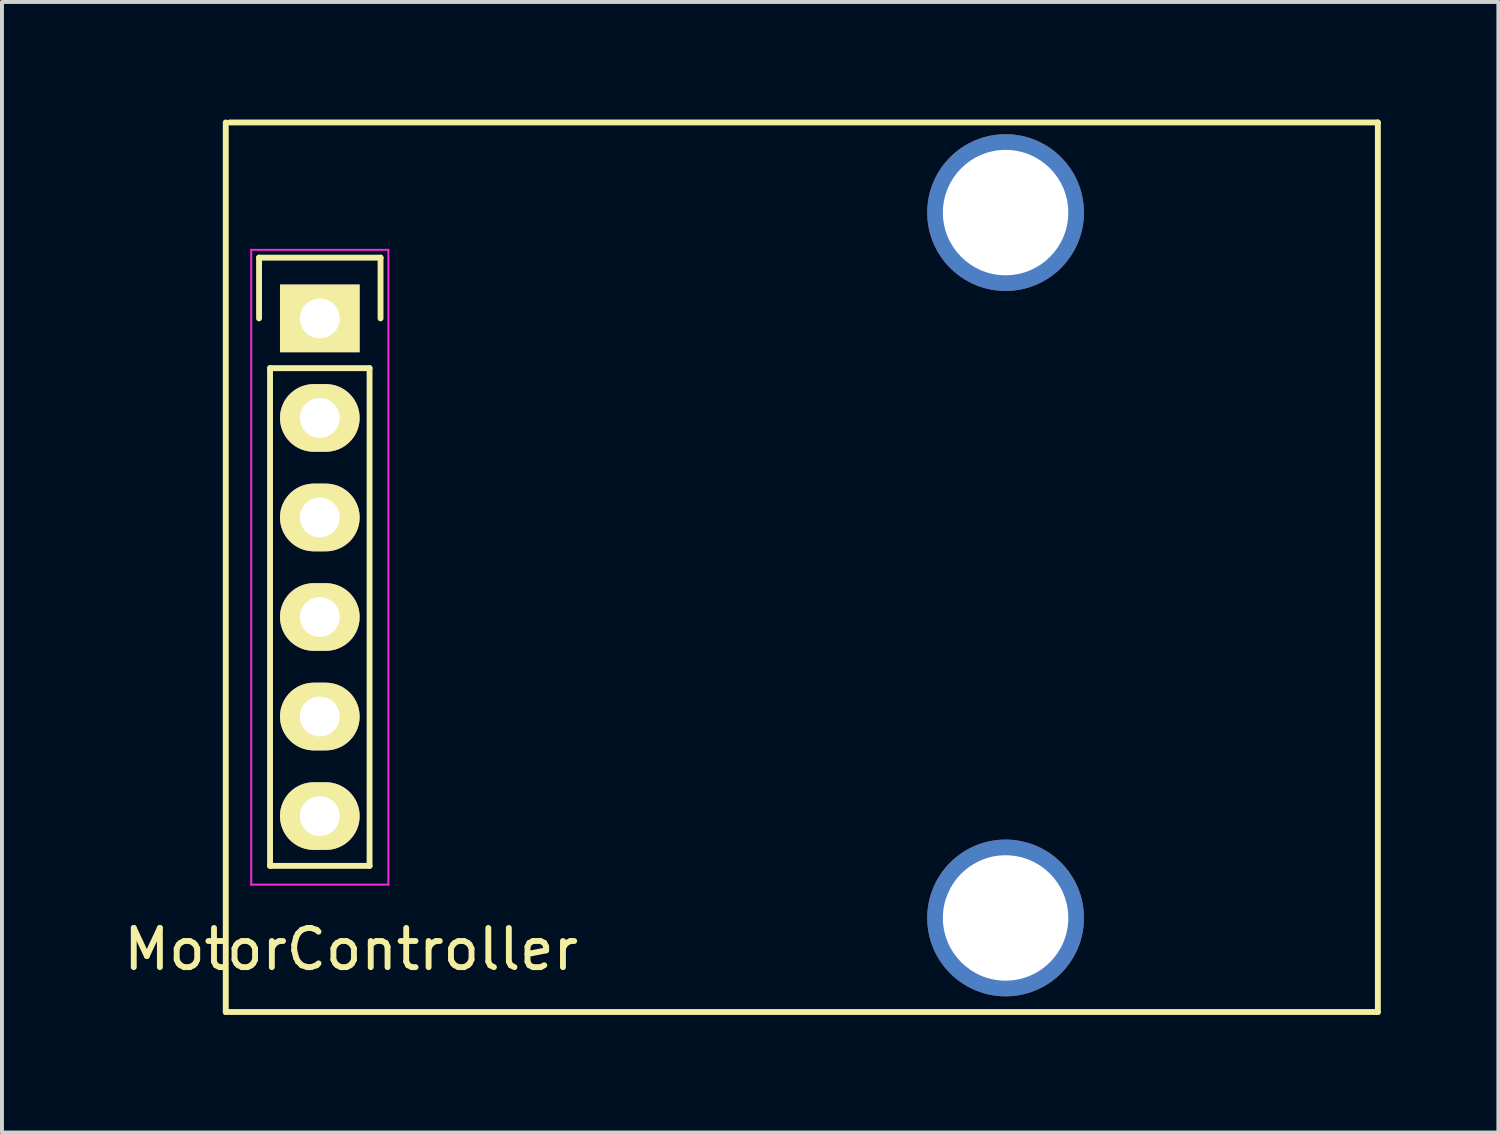
<source format=kicad_pcb>
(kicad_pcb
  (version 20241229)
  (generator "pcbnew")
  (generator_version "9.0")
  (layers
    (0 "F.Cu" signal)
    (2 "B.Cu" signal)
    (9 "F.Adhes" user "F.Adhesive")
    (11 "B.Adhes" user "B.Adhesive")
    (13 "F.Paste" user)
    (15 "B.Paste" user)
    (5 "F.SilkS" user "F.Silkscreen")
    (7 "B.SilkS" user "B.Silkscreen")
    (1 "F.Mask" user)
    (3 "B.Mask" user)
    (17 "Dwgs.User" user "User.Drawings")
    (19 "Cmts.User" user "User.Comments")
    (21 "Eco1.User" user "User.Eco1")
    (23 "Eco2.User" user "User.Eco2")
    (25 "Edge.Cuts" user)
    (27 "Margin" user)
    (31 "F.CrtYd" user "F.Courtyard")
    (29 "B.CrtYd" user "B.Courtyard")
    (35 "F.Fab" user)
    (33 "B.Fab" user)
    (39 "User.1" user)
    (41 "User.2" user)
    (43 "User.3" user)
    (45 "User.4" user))
  (footprint "MotorController"
    (layer "F.Cu")
    (at 5.111 5.075)
    (property "Reference" "MotorController" (at 0.8 16.1 180) (layer "F.SilkS") (effects (font (size 1 1) (thickness 0.15))))
    (attr through_hole)
    (fp_line (start -2.4 17.7) (end -2.4 -5) (stroke (width 0.15) (type solid)) (layer "F.SilkS"))
    (fp_line (start -2.3 -5) (end 27 -5) (stroke (width 0.15) (type solid)) (layer "F.SilkS"))
    (fp_line (start -1.55 -1.55) (end 1.55 -1.55) (stroke (width 0.15) (type solid)) (layer "F.SilkS"))
    (fp_line (start -1.55 0) (end -1.55 -1.55) (stroke (width 0.15) (type solid)) (layer "F.SilkS"))
    (fp_line (start -1.27 13.97) (end -1.27 1.27) (stroke (width 0.15) (type solid)) (layer "F.SilkS"))
    (fp_line (start 1.27 1.27) (end -1.27 1.27) (stroke (width 0.15) (type solid)) (layer "F.SilkS"))
    (fp_line (start 1.27 1.27) (end 1.27 13.97) (stroke (width 0.15) (type solid)) (layer "F.SilkS"))
    (fp_line (start 1.27 13.97) (end -1.27 13.97) (stroke (width 0.15) (type solid)) (layer "F.SilkS"))
    (fp_line (start 1.55 -1.55) (end 1.55 0) (stroke (width 0.15) (type solid)) (layer "F.SilkS"))
    (fp_line (start 27 -5) (end 27 17.7) (stroke (width 0.15) (type solid)) (layer "F.SilkS"))
    (fp_line (start 27 17.7) (end -2.4 17.7) (stroke (width 0.15) (type solid)) (layer "F.SilkS"))
    (fp_line (start -1.75 -1.75) (end -1.75 14.45) (stroke (width 0.05) (type solid)) (layer "F.CrtYd"))
    (fp_line (start -1.75 -1.75) (end 1.75 -1.75) (stroke (width 0.05) (type solid)) (layer "F.CrtYd"))
    (fp_line (start -1.75 14.45) (end 1.75 14.45) (stroke (width 0.05) (type solid)) (layer "F.CrtYd"))
    (fp_line (start 1.75 -1.75) (end 1.75 14.45) (stroke (width 0.05) (type solid)) (layer "F.CrtYd"))
    (pad "" np_thru_hole circle (at 17.5 -2.7) (size 4 4) (drill 3.2) (layers "*.Cu" "*.Mask"))
    (pad "" np_thru_hole circle (at 17.5 15.3) (size 4 4) (drill 3.2) (layers "*.Cu" "*.Mask"))
    (pad "1" thru_hole rect (at 0 0) (size 2.032 1.727) (drill 1.016) (layers "*.Cu" "*.Mask" "F.SilkS"))
    (pad "2" thru_hole oval (at 0 2.54) (size 2.032 1.727) (drill 1.016) (layers "*.Cu" "*.Mask" "F.SilkS"))
    (pad "3" thru_hole oval (at 0 5.08) (size 2.032 1.727) (drill 1.016) (layers "*.Cu" "*.Mask" "F.SilkS"))
    (pad "4" thru_hole oval (at 0 7.62) (size 2.032 1.727) (drill 1.016) (layers "*.Cu" "*.Mask" "F.SilkS"))
    (pad "5" thru_hole oval (at 0 10.16) (size 2.032 1.727) (drill 1.016) (layers "*.Cu" "*.Mask" "F.SilkS"))
    (pad "6" thru_hole oval (at 0 12.7) (size 2.032 1.727) (drill 1.016) (layers "*.Cu" "*.Mask" "F.SilkS")))
  (gr_rect
    (start -3 -3)
    (end 35.186 25.85)
    (stroke (width 0.1) (type default))
    (fill no)
    (layer "Edge.Cuts")))
</source>
